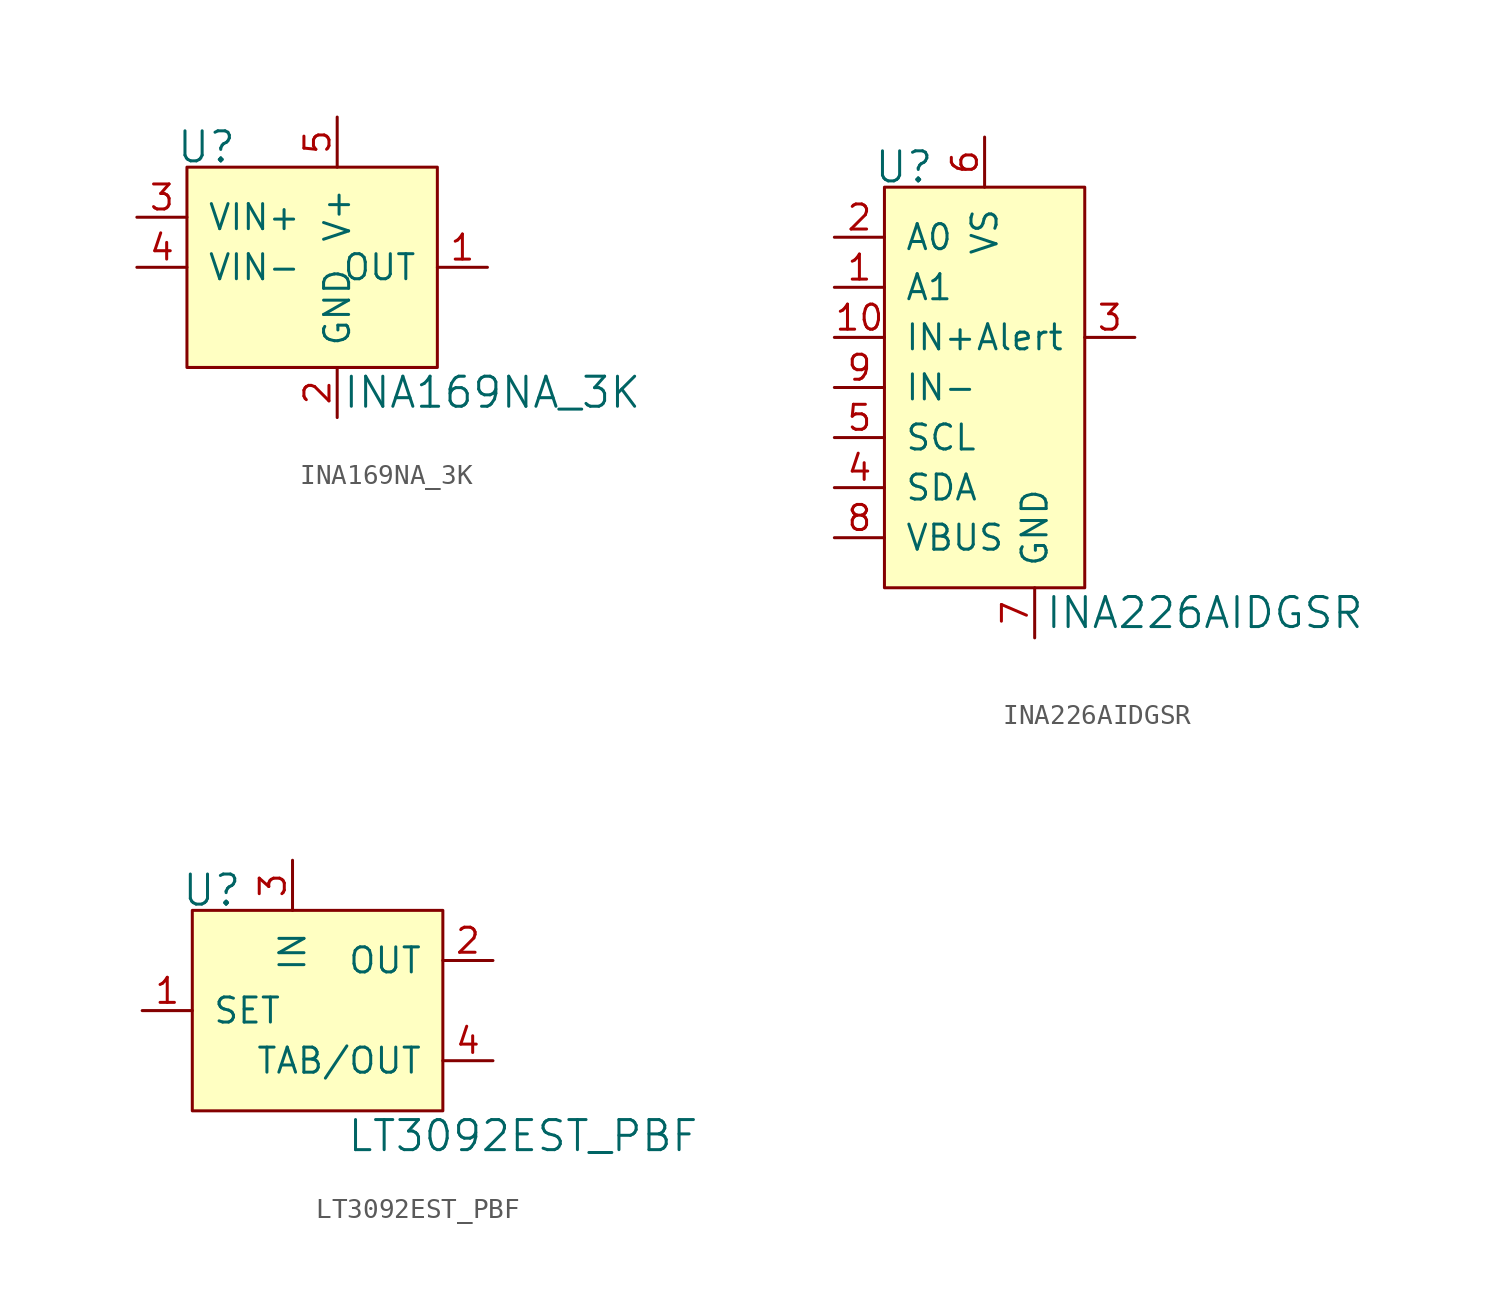
<source format=kicad_sym>
(kicad_symbol_lib
  (version 20201005)
  (generator kicad_symbol_editor)
  (symbol "INA169NA_3K"
    (pin_names
      (offset 1.016))
    (property "Reference" "U"
      (at -5.08 11.176 0)
      (effects (font (size 1.524 1.524)) (justify right)))
    (property "Value" "INA169NA_3K"
      (at 0.254 -1.27 0)
      (effects (font (size 1.524 1.524)) (justify left)))
    (symbol "INA169NA_3K_0_1"
      (rectangle (start -7.62 10.16) (end 5.08 0) (stroke (width 0)) (fill (type background))))
    (symbol "INA169NA_3K_1_1"
      (pin power_out line (at 7.62 5.08 180) (length 2.54) (name "OUT" (effects (font (size 1.27 1.27)))) (number "1" (effects (font (size 1.27 1.27)))))
      (pin power_in line (at 0 -2.54 90) (length 2.54) (name "GND" (effects (font (size 1.27 1.27)))) (number "2" (effects (font (size 1.27 1.27)))))
      (pin passive line (at -10.16 7.62 0) (length 2.54) (name "VIN+" (effects (font (size 1.27 1.27)))) (number "3" (effects (font (size 1.27 1.27)))))
      (pin passive line (at -10.16 5.08 0) (length 2.54) (name "VIN-" (effects (font (size 1.27 1.27)))) (number "4" (effects (font (size 1.27 1.27)))))
      (pin power_in line (at 0 12.7 270) (length 2.54) (name "V+" (effects (font (size 1.27 1.27)))) (number "5" (effects (font (size 1.27 1.27)))))))
  (symbol "INA226AIDGSR"
    (pin_names
      (offset 1.016))
    (property "Reference" "U"
      (at -2.54 3.556 0)
      (effects (font (size 1.524 1.524)) (justify right)))
    (property "Value" "INA226AIDGSR"
      (at 3.048 -19.05 0)
      (effects (font (size 1.524 1.524)) (justify left)))
    (symbol "INA226AIDGSR_0_1"
      (rectangle (start -5.08 2.54) (end 5.08 -17.78) (stroke (width 0)) (fill (type background))))
    (symbol "INA226AIDGSR_1_1"
      (pin input line (at -7.62 -2.54 0) (length 2.54) (name "A1" (effects (font (size 1.27 1.27)))) (number "1" (effects (font (size 1.27 1.27)))))
      (pin input line (at -7.62 0 0) (length 2.54) (name "A0" (effects (font (size 1.27 1.27)))) (number "2" (effects (font (size 1.27 1.27)))))
      (pin output line (at 7.62 -5.08 180) (length 2.54) (name "Alert" (effects (font (size 1.27 1.27)))) (number "3" (effects (font (size 1.27 1.27)))))
      (pin bidirectional line (at -7.62 -12.7 0) (length 2.54) (name "SDA" (effects (font (size 1.27 1.27)))) (number "4" (effects (font (size 1.27 1.27)))))
      (pin input line (at -7.62 -10.16 0) (length 2.54) (name "SCL" (effects (font (size 1.27 1.27)))) (number "5" (effects (font (size 1.27 1.27)))))
      (pin power_in line (at 0 5.08 270) (length 2.54) (name "VS" (effects (font (size 1.27 1.27)))) (number "6" (effects (font (size 1.27 1.27)))))
      (pin power_in line (at 2.54 -20.32 90) (length 2.54) (name "GND" (effects (font (size 1.27 1.27)))) (number "7" (effects (font (size 1.27 1.27)))))
      (pin input line (at -7.62 -15.24 0) (length 2.54) (name "VBUS" (effects (font (size 1.27 1.27)))) (number "8" (effects (font (size 1.27 1.27)))))
      (pin passive line (at -7.62 -7.62 0) (length 2.54) (name "IN-" (effects (font (size 1.27 1.27)))) (number "9" (effects (font (size 1.27 1.27)))))
      (pin passive line (at -7.62 -5.08 0) (length 2.54) (name "IN+" (effects (font (size 1.27 1.27)))) (number "10" (effects (font (size 1.27 1.27)))))))
  (symbol "LT3092EST_PBF"
    (pin_names
      (offset 1.016))
    (property "Reference" "U"
      (at -5.08 6.096 0)
      (effects (font (size 1.524 1.524)) (justify right)))
    (property "Value" "LT3092EST_PBF"
      (at 9.144 -6.35 0)
      (effects (font (size 1.524 1.524))))
    (symbol "LT3092EST_PBF_0_1"
      (rectangle (start -7.62 5.08) (end 5.08 -5.08) (stroke (width 0)) (fill (type background))))
    (symbol "LT3092EST_PBF_1_1"
      (pin passive line (at -10.16 0 0) (length 2.54) (name "SET" (effects (font (size 1.27 1.27)))) (number "1" (effects (font (size 1.27 1.27)))))
      (pin power_out line (at 7.62 2.54 180) (length 2.54) (name "OUT" (effects (font (size 1.27 1.27)))) (number "2" (effects (font (size 1.27 1.27)))))
      (pin power_in line (at -2.54 7.62 270) (length 2.54) (name "IN" (effects (font (size 1.27 1.27)))) (number "3" (effects (font (size 1.27 1.27)))))
      (pin output line (at 7.62 -2.54 180) (length 2.54) (name "TAB/OUT" (effects (font (size 1.27 1.27)))) (number "4" (effects (font (size 1.27 1.27))))))))
</source>
